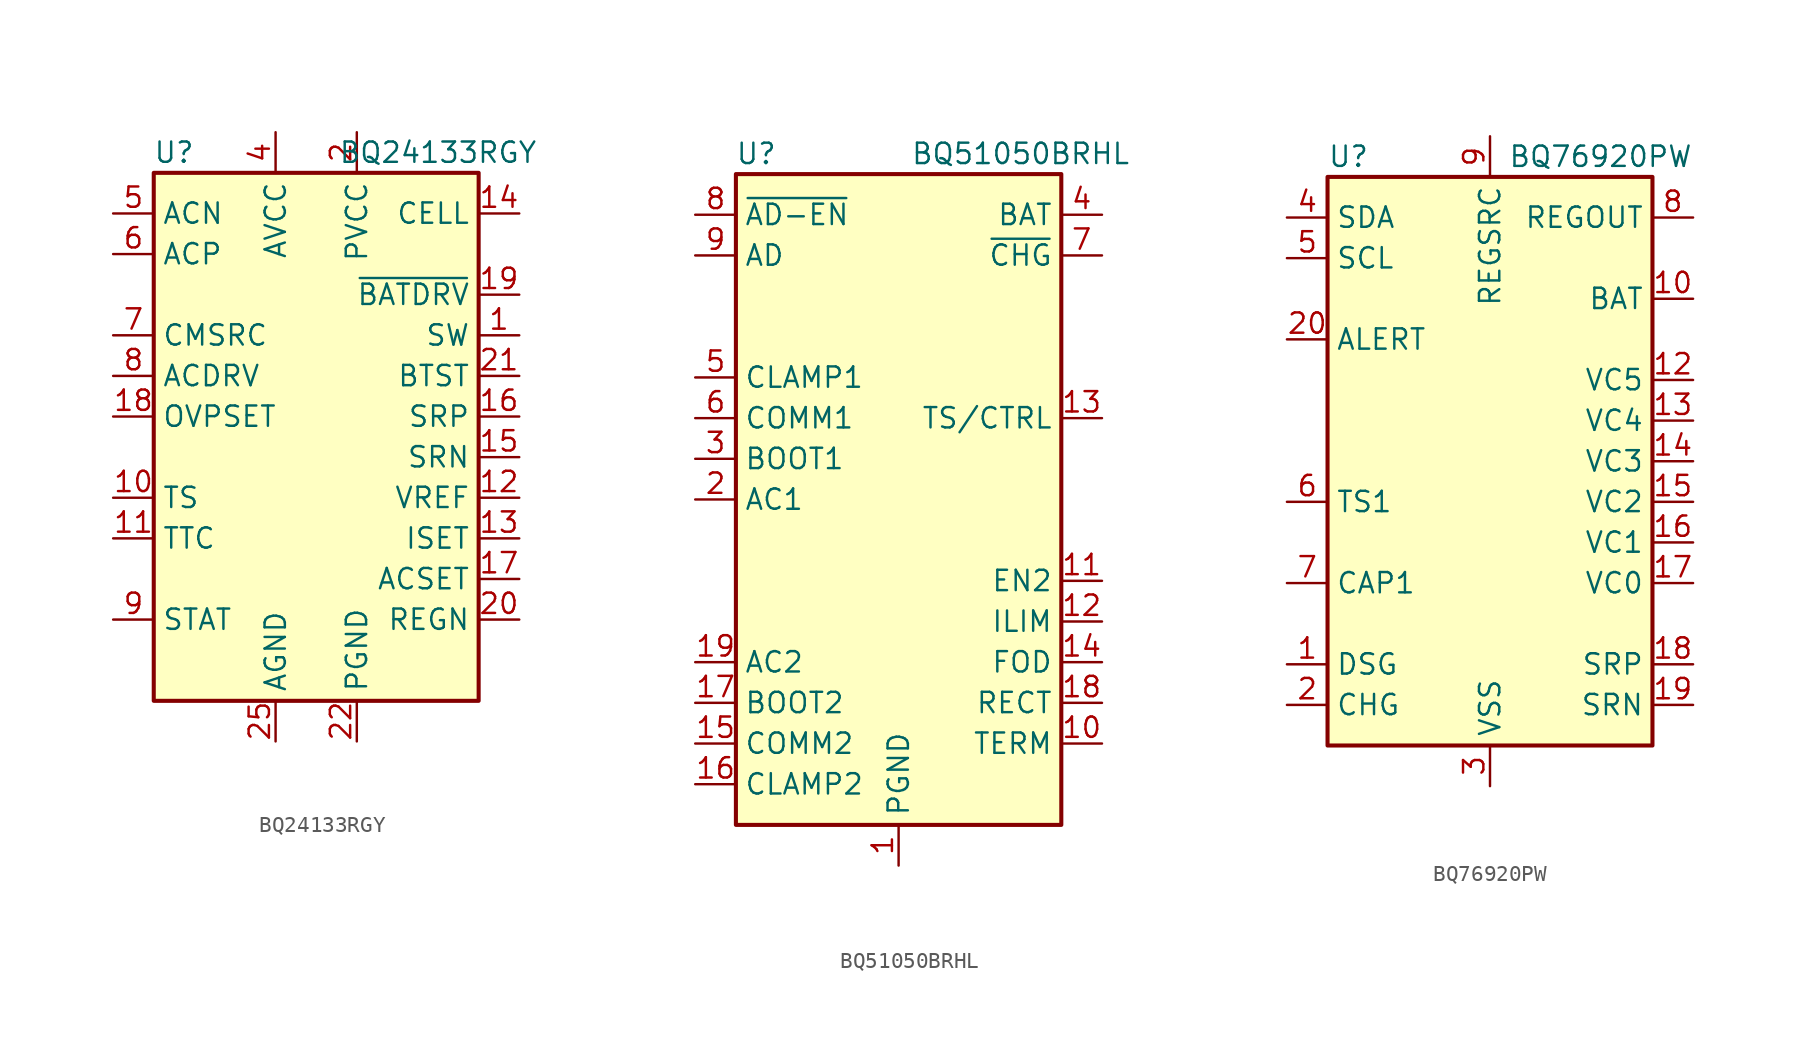
<source format=kicad_sym>
(kicad_symbol_lib
  (version 20220914)
  (generator kicad_symbol_editor)
  (symbol "BQ24133RGY"
    (property "Reference" "U"
      (at -8.89 19.05 0)
      (effects (font (size 1.27 1.27))))
    (property "Value" "BQ24133RGY"
      (at 7.62 19.05 0)
      (effects (font (size 1.27 1.27))))
    (symbol "BQ24133RGY_0_1"
      (rectangle (start -10.16 -15.24) (end 10.16 17.78) (stroke (width 0.254) (type default)) (fill (type background))))
    (symbol "BQ24133RGY_1_1"
      (pin power_out line (at 12.7 7.62 180) (length 2.54) (name "SW" (effects (font (size 1.27 1.27)))) (number "1" (effects (font (size 1.27 1.27)))))
      (pin input line (at -12.7 -2.54 0) (length 2.54) (name "TS" (effects (font (size 1.27 1.27)))) (number "10" (effects (font (size 1.27 1.27)))))
      (pin passive line (at -12.7 -5.08 0) (length 2.54) (name "TTC" (effects (font (size 1.27 1.27)))) (number "11" (effects (font (size 1.27 1.27)))))
      (pin power_out line (at 12.7 -2.54 180) (length 2.54) (name "VREF" (effects (font (size 1.27 1.27)))) (number "12" (effects (font (size 1.27 1.27)))))
      (pin input line (at 12.7 -5.08 180) (length 2.54) (name "ISET" (effects (font (size 1.27 1.27)))) (number "13" (effects (font (size 1.27 1.27)))))
      (pin passive line (at 12.7 15.24 180) (length 2.54) (name "CELL" (effects (font (size 1.27 1.27)))) (number "14" (effects (font (size 1.27 1.27)))))
      (pin input line (at 12.7 0 180) (length 2.54) (name "SRN" (effects (font (size 1.27 1.27)))) (number "15" (effects (font (size 1.27 1.27)))))
      (pin input line (at 12.7 2.54 180) (length 2.54) (name "SRP" (effects (font (size 1.27 1.27)))) (number "16" (effects (font (size 1.27 1.27)))))
      (pin input line (at 12.7 -7.62 180) (length 2.54) (name "ACSET" (effects (font (size 1.27 1.27)))) (number "17" (effects (font (size 1.27 1.27)))))
      (pin input line (at -12.7 2.54 0) (length 2.54) (name "OVPSET" (effects (font (size 1.27 1.27)))) (number "18" (effects (font (size 1.27 1.27)))))
      (pin output line (at 12.7 10.16 180) (length 2.54) (name "~{BATDRV}" (effects (font (size 1.27 1.27)))) (number "19" (effects (font (size 1.27 1.27)))))
      (pin power_in line (at 2.54 20.32 270) (length 2.54) (name "PVCC" (effects (font (size 1.27 1.27)))) (number "2" (effects (font (size 1.27 1.27)))))
      (pin passive line (at 12.7 -10.16 180) (length 2.54) (name "REGN" (effects (font (size 1.27 1.27)))) (number "20" (effects (font (size 1.27 1.27)))))
      (pin passive line (at 12.7 5.08 180) (length 2.54) (name "BTST" (effects (font (size 1.27 1.27)))) (number "21" (effects (font (size 1.27 1.27)))))
      (pin power_in line (at 2.54 -17.78 90) (length 2.54) (name "PGND" (effects (font (size 1.27 1.27)))) (number "22" (effects (font (size 1.27 1.27)))))
      (pin passive line (at 2.54 -17.78 90) (length 2.54) hide (name "PGND" (effects (font (size 1.27 1.27)))) (number "23" (effects (font (size 1.27 1.27)))))
      (pin passive line (at 12.7 7.62 180) (length 2.54) hide (name "SW" (effects (font (size 1.27 1.27)))) (number "24" (effects (font (size 1.27 1.27)))))
      (pin power_in line (at -2.54 -17.78 90) (length 2.54) (name "AGND" (effects (font (size 1.27 1.27)))) (number "25" (effects (font (size 1.27 1.27)))))
      (pin passive line (at 2.54 20.32 270) (length 2.54) hide (name "PVCC" (effects (font (size 1.27 1.27)))) (number "3" (effects (font (size 1.27 1.27)))))
      (pin power_in line (at -2.54 20.32 270) (length 2.54) (name "AVCC" (effects (font (size 1.27 1.27)))) (number "4" (effects (font (size 1.27 1.27)))))
      (pin input line (at -12.7 15.24 0) (length 2.54) (name "ACN" (effects (font (size 1.27 1.27)))) (number "5" (effects (font (size 1.27 1.27)))))
      (pin input line (at -12.7 12.7 0) (length 2.54) (name "ACP" (effects (font (size 1.27 1.27)))) (number "6" (effects (font (size 1.27 1.27)))))
      (pin output line (at -12.7 7.62 0) (length 2.54) (name "CMSRC" (effects (font (size 1.27 1.27)))) (number "7" (effects (font (size 1.27 1.27)))))
      (pin output line (at -12.7 5.08 0) (length 2.54) (name "ACDRV" (effects (font (size 1.27 1.27)))) (number "8" (effects (font (size 1.27 1.27)))))
      (pin open_collector line (at -12.7 -10.16 0) (length 2.54) (name "STAT" (effects (font (size 1.27 1.27)))) (number "9" (effects (font (size 1.27 1.27)))))))
  (symbol "BQ51050BRHL"
    (property "Reference" "U"
      (at -8.89 21.59 0)
      (effects (font (size 1.27 1.27))))
    (property "Value" "BQ51050BRHL"
      (at 7.62 21.59 0)
      (effects (font (size 1.27 1.27))))
    (symbol "BQ51050BRHL_0_1"
      (rectangle (start -10.16 -20.32) (end 10.16 20.32) (stroke (width 0.254) (type default)) (fill (type background))))
    (symbol "BQ51050BRHL_1_1"
      (pin power_in line (at 0 -22.86 90) (length 2.54) (name "PGND" (effects (font (size 1.27 1.27)))) (number "1" (effects (font (size 1.27 1.27)))))
      (pin input line (at 12.7 -15.24 180) (length 2.54) (name "TERM" (effects (font (size 1.27 1.27)))) (number "10" (effects (font (size 1.27 1.27)))))
      (pin input line (at 12.7 -5.08 180) (length 2.54) (name "EN2" (effects (font (size 1.27 1.27)))) (number "11" (effects (font (size 1.27 1.27)))))
      (pin passive line (at 12.7 -7.62 180) (length 2.54) (name "ILIM" (effects (font (size 1.27 1.27)))) (number "12" (effects (font (size 1.27 1.27)))))
      (pin input line (at 12.7 5.08 180) (length 2.54) (name "TS/CTRL" (effects (font (size 1.27 1.27)))) (number "13" (effects (font (size 1.27 1.27)))))
      (pin input line (at 12.7 -10.16 180) (length 2.54) (name "FOD" (effects (font (size 1.27 1.27)))) (number "14" (effects (font (size 1.27 1.27)))))
      (pin open_collector line (at -12.7 -15.24 0) (length 2.54) (name "COMM2" (effects (font (size 1.27 1.27)))) (number "15" (effects (font (size 1.27 1.27)))))
      (pin open_collector line (at -12.7 -17.78 0) (length 2.54) (name "CLAMP2" (effects (font (size 1.27 1.27)))) (number "16" (effects (font (size 1.27 1.27)))))
      (pin passive line (at -12.7 -12.7 0) (length 2.54) (name "BOOT2" (effects (font (size 1.27 1.27)))) (number "17" (effects (font (size 1.27 1.27)))))
      (pin passive line (at 12.7 -12.7 180) (length 2.54) (name "RECT" (effects (font (size 1.27 1.27)))) (number "18" (effects (font (size 1.27 1.27)))))
      (pin input line (at -12.7 -10.16 0) (length 2.54) (name "AC2" (effects (font (size 1.27 1.27)))) (number "19" (effects (font (size 1.27 1.27)))))
      (pin input line (at -12.7 0 0) (length 2.54) (name "AC1" (effects (font (size 1.27 1.27)))) (number "2" (effects (font (size 1.27 1.27)))))
      (pin passive line (at 0 -22.86 90) (length 2.54) hide (name "PGND" (effects (font (size 1.27 1.27)))) (number "20" (effects (font (size 1.27 1.27)))))
      (pin passive line (at 0 -22.86 90) (length 2.54) hide (name "PGND" (effects (font (size 1.27 1.27)))) (number "21" (effects (font (size 1.27 1.27)))))
      (pin passive line (at -12.7 2.54 0) (length 2.54) (name "BOOT1" (effects (font (size 1.27 1.27)))) (number "3" (effects (font (size 1.27 1.27)))))
      (pin power_out line (at 12.7 17.78 180) (length 2.54) (name "BAT" (effects (font (size 1.27 1.27)))) (number "4" (effects (font (size 1.27 1.27)))))
      (pin open_collector line (at -12.7 7.62 0) (length 2.54) (name "CLAMP1" (effects (font (size 1.27 1.27)))) (number "5" (effects (font (size 1.27 1.27)))))
      (pin open_collector line (at -12.7 5.08 0) (length 2.54) (name "COMM1" (effects (font (size 1.27 1.27)))) (number "6" (effects (font (size 1.27 1.27)))))
      (pin open_collector line (at 12.7 15.24 180) (length 2.54) (name "~{CHG}" (effects (font (size 1.27 1.27)))) (number "7" (effects (font (size 1.27 1.27)))))
      (pin output line (at -12.7 17.78 0) (length 2.54) (name "~{AD-EN}" (effects (font (size 1.27 1.27)))) (number "8" (effects (font (size 1.27 1.27)))))
      (pin input line (at -12.7 15.24 0) (length 2.54) (name "AD" (effects (font (size 1.27 1.27)))) (number "9" (effects (font (size 1.27 1.27)))))))
  (symbol "BQ76920PW"
    (property "Reference" "U"
      (at -10.16 19.05 0)
      (effects (font (size 1.27 1.27)) (justify left)))
    (property "Value" "BQ76920PW"
      (at 12.7 19.05 0)
      (effects (font (size 1.27 1.27)) (justify right)))
    (symbol "BQ76920PW_0_1"
      (rectangle (start -10.16 17.78) (end 10.16 -17.78) (stroke (width 0.254) (type default)) (fill (type background))))
    (symbol "BQ76920PW_1_0"
      (pin input line (at 12.7 10.16 180) (length 2.54) (name "BAT" (effects (font (size 1.27 1.27)))) (number "10" (effects (font (size 1.27 1.27)))))
      (pin no_connect line (at -2.54 -17.78 90) (length 2.54) hide (name "NC" (effects (font (size 1.27 1.27)))) (number "11" (effects (font (size 1.27 1.27)))))
      (pin input line (at 12.7 5.08 180) (length 2.54) (name "VC5" (effects (font (size 1.27 1.27)))) (number "12" (effects (font (size 1.27 1.27)))))
      (pin input line (at 12.7 2.54 180) (length 2.54) (name "VC4" (effects (font (size 1.27 1.27)))) (number "13" (effects (font (size 1.27 1.27)))))
      (pin input line (at 12.7 0 180) (length 2.54) (name "VC3" (effects (font (size 1.27 1.27)))) (number "14" (effects (font (size 1.27 1.27)))))
      (pin input line (at 12.7 -2.54 180) (length 2.54) (name "VC2" (effects (font (size 1.27 1.27)))) (number "15" (effects (font (size 1.27 1.27)))))
      (pin input line (at 12.7 -5.08 180) (length 2.54) (name "VC1" (effects (font (size 1.27 1.27)))) (number "16" (effects (font (size 1.27 1.27)))))
      (pin input line (at 12.7 -7.62 180) (length 2.54) (name "VC0" (effects (font (size 1.27 1.27)))) (number "17" (effects (font (size 1.27 1.27)))))
      (pin input line (at 12.7 -12.7 180) (length 2.54) (name "SRP" (effects (font (size 1.27 1.27)))) (number "18" (effects (font (size 1.27 1.27)))))
      (pin input line (at 12.7 -15.24 180) (length 2.54) (name "SRN" (effects (font (size 1.27 1.27)))) (number "19" (effects (font (size 1.27 1.27)))))
      (pin bidirectional line (at -12.7 7.62 0) (length 2.54) (name "ALERT" (effects (font (size 1.27 1.27)))) (number "20" (effects (font (size 1.27 1.27)))))
      (pin passive line (at -12.7 -2.54 0) (length 2.54) (name "TS1" (effects (font (size 1.27 1.27)))) (number "6" (effects (font (size 1.27 1.27)))))
      (pin passive line (at -12.7 -7.62 0) (length 2.54) (name "CAP1" (effects (font (size 1.27 1.27)))) (number "7" (effects (font (size 1.27 1.27)))))
      (pin power_out line (at 12.7 15.24 180) (length 2.54) (name "REGOUT" (effects (font (size 1.27 1.27)))) (number "8" (effects (font (size 1.27 1.27)))))
      (pin power_in line (at 0 20.32 270) (length 2.54) (name "REGSRC" (effects (font (size 1.27 1.27)))) (number "9" (effects (font (size 1.27 1.27))))))
    (symbol "BQ76920PW_1_1"
      (pin output line (at -12.7 -12.7 0) (length 2.54) (name "DSG" (effects (font (size 1.27 1.27)))) (number "1" (effects (font (size 1.27 1.27)))))
      (pin output line (at -12.7 -15.24 0) (length 2.54) (name "CHG" (effects (font (size 1.27 1.27)))) (number "2" (effects (font (size 1.27 1.27)))))
      (pin power_in line (at 0 -20.32 90) (length 2.54) (name "VSS" (effects (font (size 1.27 1.27)))) (number "3" (effects (font (size 1.27 1.27)))))
      (pin bidirectional line (at -12.7 15.24 0) (length 2.54) (name "SDA" (effects (font (size 1.27 1.27)))) (number "4" (effects (font (size 1.27 1.27)))))
      (pin input line (at -12.7 12.7 0) (length 2.54) (name "SCL" (effects (font (size 1.27 1.27)))) (number "5" (effects (font (size 1.27 1.27))))))))
</source>
